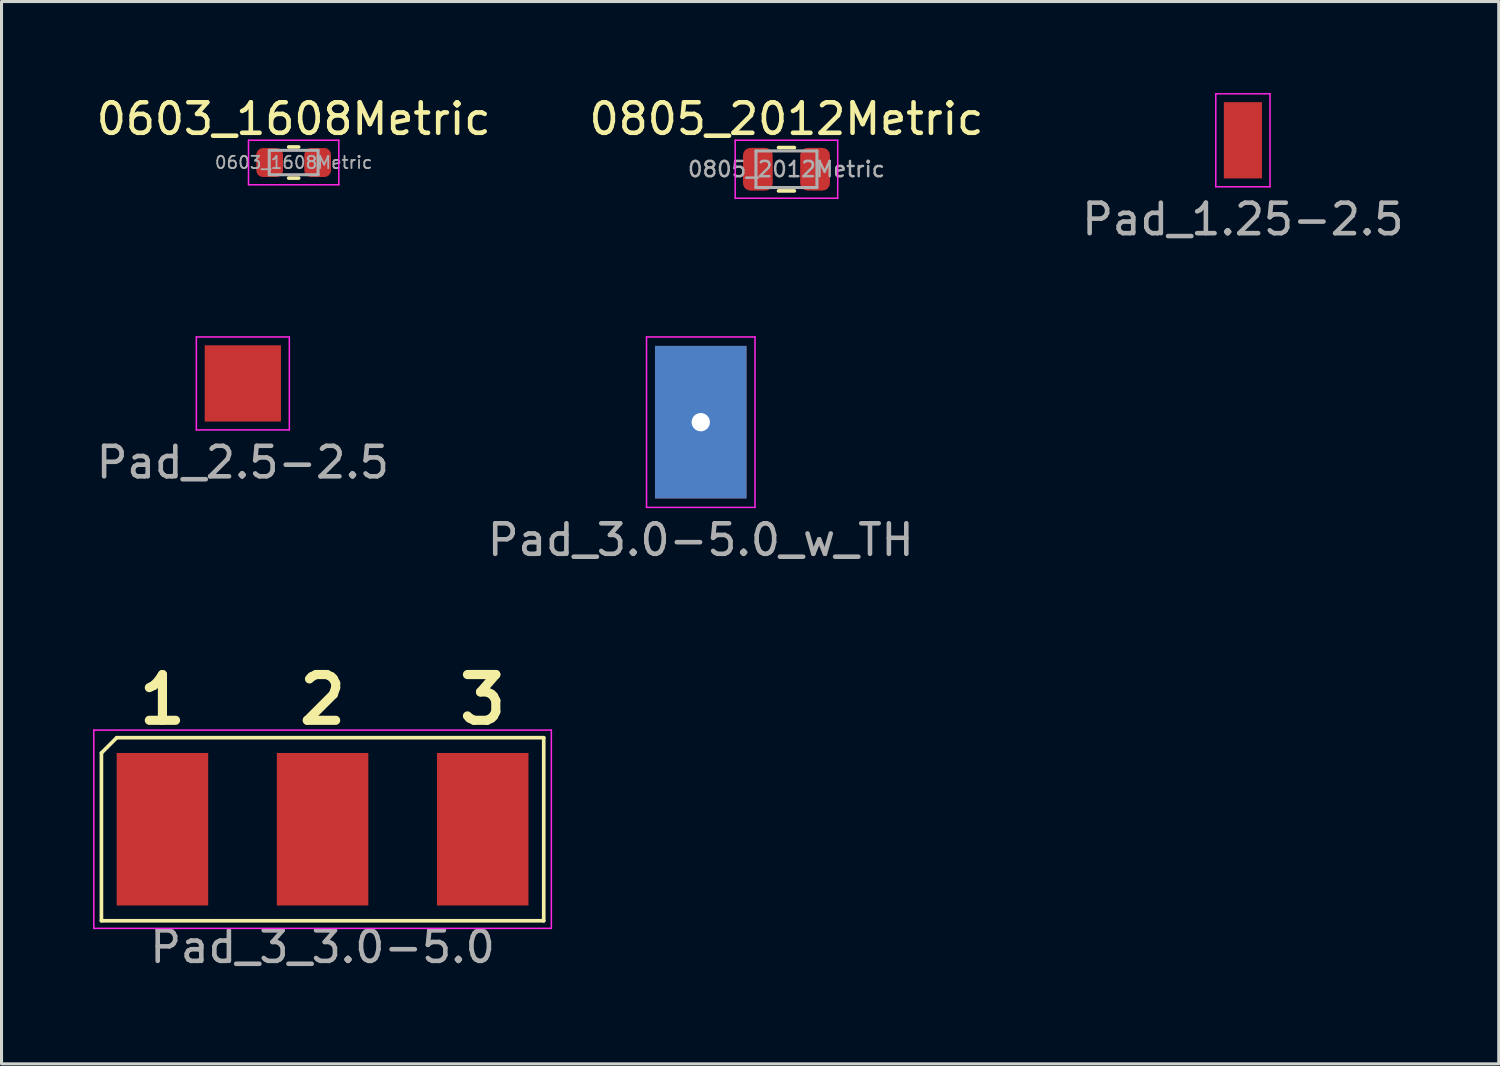
<source format=kicad_pcb>
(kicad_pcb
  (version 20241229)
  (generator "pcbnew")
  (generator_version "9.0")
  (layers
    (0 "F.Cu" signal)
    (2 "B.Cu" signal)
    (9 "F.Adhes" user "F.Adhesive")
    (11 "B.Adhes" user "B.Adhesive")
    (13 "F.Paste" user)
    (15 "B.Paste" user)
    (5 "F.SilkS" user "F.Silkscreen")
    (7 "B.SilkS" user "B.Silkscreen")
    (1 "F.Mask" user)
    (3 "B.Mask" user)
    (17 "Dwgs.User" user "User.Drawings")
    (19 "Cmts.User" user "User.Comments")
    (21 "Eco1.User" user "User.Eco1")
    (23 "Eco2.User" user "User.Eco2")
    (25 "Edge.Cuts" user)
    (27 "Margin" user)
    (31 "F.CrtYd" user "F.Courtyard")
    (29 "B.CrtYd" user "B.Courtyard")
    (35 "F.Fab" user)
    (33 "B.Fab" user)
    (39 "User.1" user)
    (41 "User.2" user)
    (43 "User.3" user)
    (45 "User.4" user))
  (footprint "Pad_3_3.0-5.0"
    (layer "F.Cu")
    (at 7.525 24.135)
    (property "Reference" "Pad_3_3.0-5.0" (at 0 4.445 180) (layer "F.Fab") (effects (font (size 1 1) (thickness 0.15)) (justify bottom)))
    (attr smd)
    (fp_line (start -7.25 -2.5) (end -6.75 -3) (stroke (width 0.12) (type solid)) (layer "F.SilkS"))
    (fp_line (start -7.25 3) (end -7.25 -2.5) (stroke (width 0.12) (type solid)) (layer "F.SilkS"))
    (fp_line (start -6.75 -3) (end 7.25 -3) (stroke (width 0.12) (type solid)) (layer "F.SilkS"))
    (fp_line (start 7.25 -3) (end 7.25 3) (stroke (width 0.12) (type solid)) (layer "F.SilkS"))
    (fp_line (start 7.25 3) (end -7.25 3) (stroke (width 0.12) (type solid)) (layer "F.SilkS"))
    (fp_line (start -7.5 -3.25) (end -7.5 3.25) (stroke (width 0.05) (type solid)) (layer "F.CrtYd"))
    (fp_line (start -7.5 -3.25) (end 7.5 -3.25) (stroke (width 0.05) (type solid)) (layer "F.CrtYd"))
    (fp_line (start 7.5 -3.25) (end 7.5 3.25) (stroke (width 0.05) (type solid)) (layer "F.CrtYd"))
    (fp_line (start 7.5 3.25) (end -7.5 3.25) (stroke (width 0.05) (type solid)) (layer "F.CrtYd"))
    (fp_text user "1" (at -5.25 -4.25 0) (layer "F.SilkS") (effects (font (size 1.5 1.5) (thickness 0.3))))
    (fp_text user "3" (at 5.25 -4.25 0) (layer "F.SilkS") (effects (font (size 1.5 1.5) (thickness 0.3))))
    (fp_text user "2" (at 0 -4.25 0) (layer "F.SilkS") (effects (font (size 1.5 1.5) (thickness 0.3))))
    (pad "1" smd rect (at -5.25 0) (size 3 5) (layers "F.Cu" "F.Mask"))
    (pad "2" smd rect (at 0 0) (size 3 5) (layers "F.Cu" "F.Mask"))
    (pad "3" smd rect (at 5.25 0) (size 3 5) (layers "F.Cu" "F.Mask")))
  (footprint "Pad_2.5-2.5"
    (layer "F.Cu")
    (at 4.911 9.52)
    (property "Reference" "Pad_2.5-2.5" (at 0 3.175 180) (layer "F.Fab") (effects (font (size 1 1) (thickness 0.15)) (justify bottom)))
    (attr smd)
    (fp_line (start -1.524 -1.524) (end 1.524 -1.524) (stroke (width 0.05) (type solid)) (layer "F.CrtYd"))
    (fp_line (start -1.524 1.524) (end -1.524 -1.524) (stroke (width 0.05) (type solid)) (layer "F.CrtYd"))
    (fp_line (start 1.524 -1.524) (end 1.524 1.524) (stroke (width 0.05) (type solid)) (layer "F.CrtYd"))
    (fp_line (start 1.524 1.524) (end -1.524 1.524) (stroke (width 0.05) (type solid)) (layer "F.CrtYd"))
    (pad "1" smd rect (at 0 0) (size 2.5 2.5) (layers "F.Cu" "F.Mask")))
  (footprint "Pad_1.25-2.5"
    (layer "F.Cu")
    (at 37.696 1.549)
    (property "Reference" "Pad_1.25-2.5" (at 0 3.175 180) (layer "F.Fab") (effects (font (size 1 1) (thickness 0.15)) (justify bottom)))
    (attr smd)
    (fp_line (start -0.889 -1.524) (end 0.889 -1.524) (stroke (width 0.05) (type solid)) (layer "F.CrtYd"))
    (fp_line (start -0.889 1.524) (end -0.889 -1.524) (stroke (width 0.05) (type solid)) (layer "F.CrtYd"))
    (fp_line (start 0.889 -1.524) (end 0.889 1.524) (stroke (width 0.05) (type solid)) (layer "F.CrtYd"))
    (fp_line (start 0.889 1.524) (end -0.889 1.524) (stroke (width 0.05) (type solid)) (layer "F.CrtYd"))
    (pad "1" smd rect (at 0 0) (size 1.25 2.5) (layers "F.Cu" "F.Mask")))
  (footprint "0603_1608Metric"
    (layer "F.Cu")
    (at 6.577 2.278)
    (property "Reference" "0603_1608Metric" (at 0 -1.43 0) (layer "F.SilkS") (effects (font (size 1 1) (thickness 0.15))))
    (attr smd)
    (fp_line (start -0.163 -0.51) (end 0.163 -0.51) (stroke (width 0.12) (type solid)) (layer "F.SilkS"))
    (fp_line (start -0.163 0.51) (end 0.163 0.51) (stroke (width 0.12) (type solid)) (layer "F.SilkS"))
    (fp_line (start -1.48 -0.73) (end 1.48 -0.73) (stroke (width 0.05) (type solid)) (layer "F.CrtYd"))
    (fp_line (start -1.48 0.73) (end -1.48 -0.73) (stroke (width 0.05) (type solid)) (layer "F.CrtYd"))
    (fp_line (start 1.48 -0.73) (end 1.48 0.73) (stroke (width 0.05) (type solid)) (layer "F.CrtYd"))
    (fp_line (start 1.48 0.73) (end -1.48 0.73) (stroke (width 0.05) (type solid)) (layer "F.CrtYd"))
    (fp_line (start -0.8 -0.4) (end 0.8 -0.4) (stroke (width 0.1) (type solid)) (layer "F.Fab"))
    (fp_line (start -0.8 0.4) (end -0.8 -0.4) (stroke (width 0.1) (type solid)) (layer "F.Fab"))
    (fp_line (start 0.8 -0.4) (end 0.8 0.4) (stroke (width 0.1) (type solid)) (layer "F.Fab"))
    (fp_line (start 0.8 0.4) (end -0.8 0.4) (stroke (width 0.1) (type solid)) (layer "F.Fab"))
    (fp_text user "${REFERENCE}" (at 0 0 0) (layer "F.Fab") (effects (font (size 0.4 0.4) (thickness 0.06))))
    (pad "1" smd roundrect (at -0.787 0) (size 0.875 0.95) (layers "F.Cu" "F.Mask" "F.Paste") (roundrect_rratio 0.25))
    (pad "2" smd roundrect (at 0.787 0) (size 0.875 0.95) (layers "F.Cu" "F.Mask" "F.Paste") (roundrect_rratio 0.25)))
  (footprint "0805_2012Metric"
    (layer "F.Cu")
    (at 22.732 2.498)
    (property "Reference" "0805_2012Metric" (at 0 -1.65 0) (layer "F.SilkS") (effects (font (size 1 1) (thickness 0.15))))
    (attr smd)
    (fp_line (start -0.259 -0.71) (end 0.259 -0.71) (stroke (width 0.12) (type solid)) (layer "F.SilkS"))
    (fp_line (start -0.259 0.71) (end 0.259 0.71) (stroke (width 0.12) (type solid)) (layer "F.SilkS"))
    (fp_line (start -1.68 -0.95) (end 1.68 -0.95) (stroke (width 0.05) (type solid)) (layer "F.CrtYd"))
    (fp_line (start -1.68 0.95) (end -1.68 -0.95) (stroke (width 0.05) (type solid)) (layer "F.CrtYd"))
    (fp_line (start 1.68 -0.95) (end 1.68 0.95) (stroke (width 0.05) (type solid)) (layer "F.CrtYd"))
    (fp_line (start 1.68 0.95) (end -1.68 0.95) (stroke (width 0.05) (type solid)) (layer "F.CrtYd"))
    (fp_line (start -1 -0.6) (end 1 -0.6) (stroke (width 0.1) (type solid)) (layer "F.Fab"))
    (fp_line (start -1 0.6) (end -1 -0.6) (stroke (width 0.1) (type solid)) (layer "F.Fab"))
    (fp_line (start 1 -0.6) (end 1 0.6) (stroke (width 0.1) (type solid)) (layer "F.Fab"))
    (fp_line (start 1 0.6) (end -1 0.6) (stroke (width 0.1) (type solid)) (layer "F.Fab"))
    (fp_text user "${REFERENCE}" (at 0 0 0) (layer "F.Fab") (effects (font (size 0.5 0.5) (thickness 0.08))))
    (pad "1" smd roundrect (at -0.938 0) (size 0.975 1.4) (layers "F.Cu" "F.Mask" "F.Paste") (roundrect_rratio 0.25))
    (pad "2" smd roundrect (at 0.938 0) (size 0.975 1.4) (layers "F.Cu" "F.Mask" "F.Paste") (roundrect_rratio 0.25)))
  (footprint "Pad_3.0-5.0_w_TH"
    (layer "F.Cu")
    (at 19.923 10.79)
    (property "Reference" "Pad_3.0-5.0_w_TH" (at 0 4.445 180) (layer "F.Fab") (effects (font (size 1 1) (thickness 0.15)) (justify bottom)))
    (attr through_hole)
    (fp_line (start -1.778 -2.794) (end 1.778 -2.794) (stroke (width 0.05) (type solid)) (layer "F.CrtYd"))
    (fp_line (start -1.778 2.794) (end -1.778 -2.794) (stroke (width 0.05) (type solid)) (layer "F.CrtYd"))
    (fp_line (start 1.778 -2.794) (end 1.778 2.794) (stroke (width 0.05) (type solid)) (layer "F.CrtYd"))
    (fp_line (start 1.778 2.794) (end -1.778 2.794) (stroke (width 0.05) (type solid)) (layer "F.CrtYd"))
    (pad "1" thru_hole rect (at 0 0) (size 3 5) (drill 0.6) (layers "*.Cu" "*.Mask")))
  (gr_rect
    (start -3 -3)
    (end 46.083 31.826)
    (stroke (width 0.1) (type default))
    (fill no)
    (layer "Edge.Cuts")))
</source>
